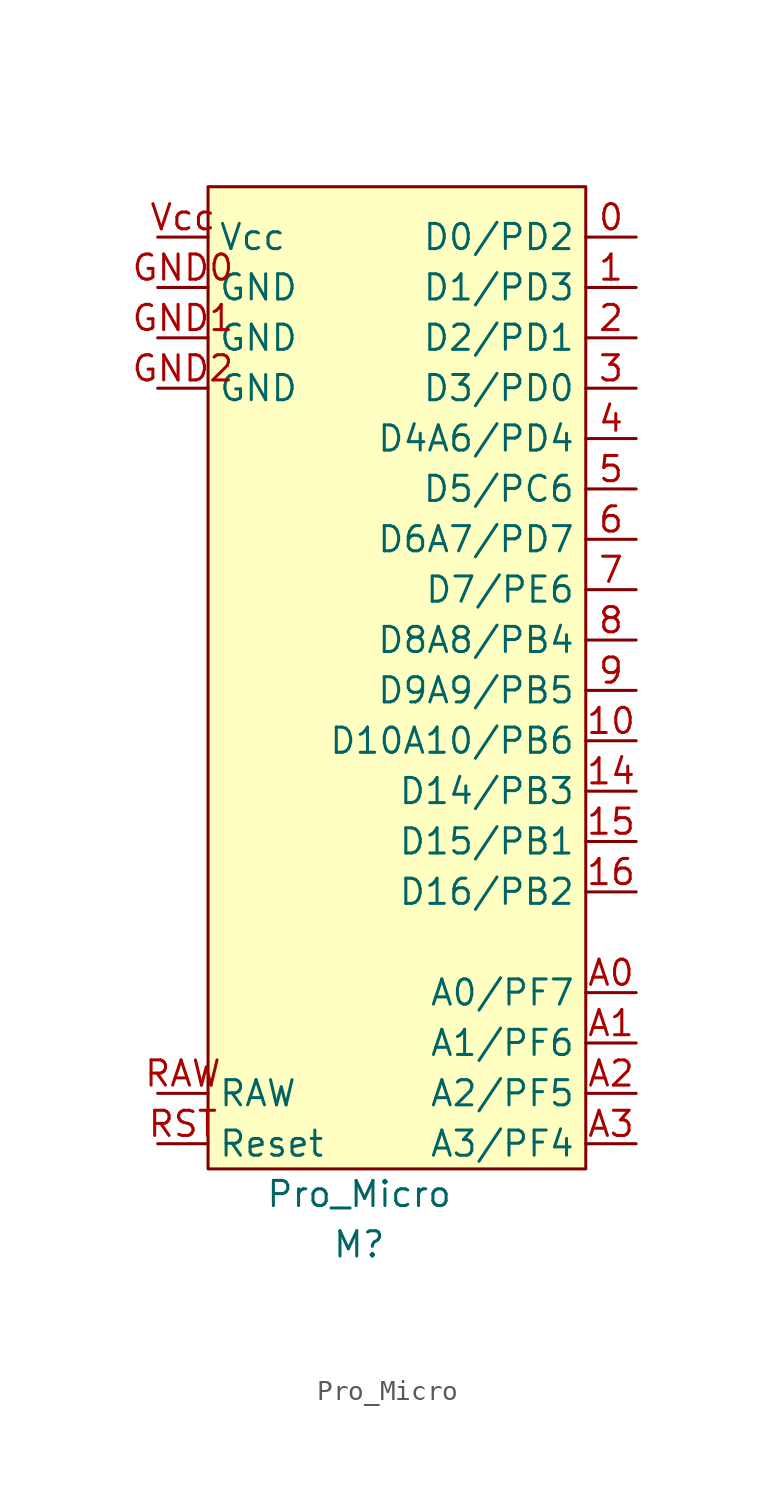
<source format=kicad_sym>
(kicad_symbol_lib
  (version 20211014)
  (generator kicad_symbol_editor)
  (symbol "Pro_Micro"
    (property "Reference" "M"
      (at 0 -27.94 0)
      (effects (font (size 1.27 1.27))))
    (property "Value" "Pro_Micro"
      (at 0 -25.4 0)
      (effects (font (size 1.27 1.27))))
    (symbol "Pro_Micro_0_1"
      (rectangle (start -7.62 25.4) (end 11.43 -24.13) (stroke (width 0) (type default) (color 0 0 0 0)) (fill (type background))))
    (symbol "Pro_Micro_1_1"
      (pin bidirectional line (at 13.97 22.86 180) (length 2.54) (name "D0/PD2" (effects (font (size 1.27 1.27)))) (number "0" (effects (font (size 1.27 1.27)))))
      (pin bidirectional line (at 13.97 20.32 180) (length 2.54) (name "D1/PD3" (effects (font (size 1.27 1.27)))) (number "1" (effects (font (size 1.27 1.27)))))
      (pin bidirectional line (at 13.97 -2.54 180) (length 2.54) (name "D10A10/PB6" (effects (font (size 1.27 1.27)))) (number "10" (effects (font (size 1.27 1.27)))))
      (pin bidirectional line (at 13.97 -5.08 180) (length 2.54) (name "D14/PB3" (effects (font (size 1.27 1.27)))) (number "14" (effects (font (size 1.27 1.27)))))
      (pin bidirectional line (at 13.97 -7.62 180) (length 2.54) (name "D15/PB1" (effects (font (size 1.27 1.27)))) (number "15" (effects (font (size 1.27 1.27)))))
      (pin bidirectional line (at 13.97 -10.16 180) (length 2.54) (name "D16/PB2" (effects (font (size 1.27 1.27)))) (number "16" (effects (font (size 1.27 1.27)))))
      (pin bidirectional line (at 13.97 17.78 180) (length 2.54) (name "D2/PD1" (effects (font (size 1.27 1.27)))) (number "2" (effects (font (size 1.27 1.27)))))
      (pin bidirectional line (at 13.97 15.24 180) (length 2.54) (name "D3/PD0" (effects (font (size 1.27 1.27)))) (number "3" (effects (font (size 1.27 1.27)))))
      (pin bidirectional line (at 13.97 12.7 180) (length 2.54) (name "D4A6/PD4" (effects (font (size 1.27 1.27)))) (number "4" (effects (font (size 1.27 1.27)))))
      (pin bidirectional line (at 13.97 10.16 180) (length 2.54) (name "D5/PC6" (effects (font (size 1.27 1.27)))) (number "5" (effects (font (size 1.27 1.27)))))
      (pin bidirectional line (at 13.97 7.62 180) (length 2.54) (name "D6A7/PD7" (effects (font (size 1.27 1.27)))) (number "6" (effects (font (size 1.27 1.27)))))
      (pin bidirectional line (at 13.97 5.08 180) (length 2.54) (name "D7/PE6" (effects (font (size 1.27 1.27)))) (number "7" (effects (font (size 1.27 1.27)))))
      (pin bidirectional line (at 13.97 2.54 180) (length 2.54) (name "D8A8/PB4" (effects (font (size 1.27 1.27)))) (number "8" (effects (font (size 1.27 1.27)))))
      (pin bidirectional line (at 13.97 0 180) (length 2.54) (name "D9A9/PB5" (effects (font (size 1.27 1.27)))) (number "9" (effects (font (size 1.27 1.27)))))
      (pin bidirectional line (at 13.97 -15.24 180) (length 2.54) (name "A0/PF7" (effects (font (size 1.27 1.27)))) (number "A0" (effects (font (size 1.27 1.27)))))
      (pin bidirectional line (at 13.97 -17.78 180) (length 2.54) (name "A1/PF6" (effects (font (size 1.27 1.27)))) (number "A1" (effects (font (size 1.27 1.27)))))
      (pin bidirectional line (at 13.97 -20.32 180) (length 2.54) (name "A2/PF5" (effects (font (size 1.27 1.27)))) (number "A2" (effects (font (size 1.27 1.27)))))
      (pin bidirectional line (at 13.97 -22.86 180) (length 2.54) (name "A3/PF4" (effects (font (size 1.27 1.27)))) (number "A3" (effects (font (size 1.27 1.27)))))
      (pin power_in line (at -10.16 20.32 0) (length 2.54) (name "GND" (effects (font (size 1.27 1.27)))) (number "GND0" (effects (font (size 1.27 1.27)))))
      (pin power_in line (at -10.16 17.78 0) (length 2.54) (name "GND" (effects (font (size 1.27 1.27)))) (number "GND1" (effects (font (size 1.27 1.27)))))
      (pin power_in line (at -10.16 15.24 0) (length 2.54) (name "GND" (effects (font (size 1.27 1.27)))) (number "GND2" (effects (font (size 1.27 1.27)))))
      (pin bidirectional line (at -10.16 -20.32 0) (length 2.54) (name "RAW" (effects (font (size 1.27 1.27)))) (number "RAW" (effects (font (size 1.27 1.27)))))
      (pin bidirectional line (at -10.16 -22.86 0) (length 2.54) (name "Reset" (effects (font (size 1.27 1.27)))) (number "RST" (effects (font (size 1.27 1.27)))))
      (pin power_in line (at -10.16 22.86 0) (length 2.54) (name "Vcc" (effects (font (size 1.27 1.27)))) (number "Vcc" (effects (font (size 1.27 1.27))))))))
</source>
